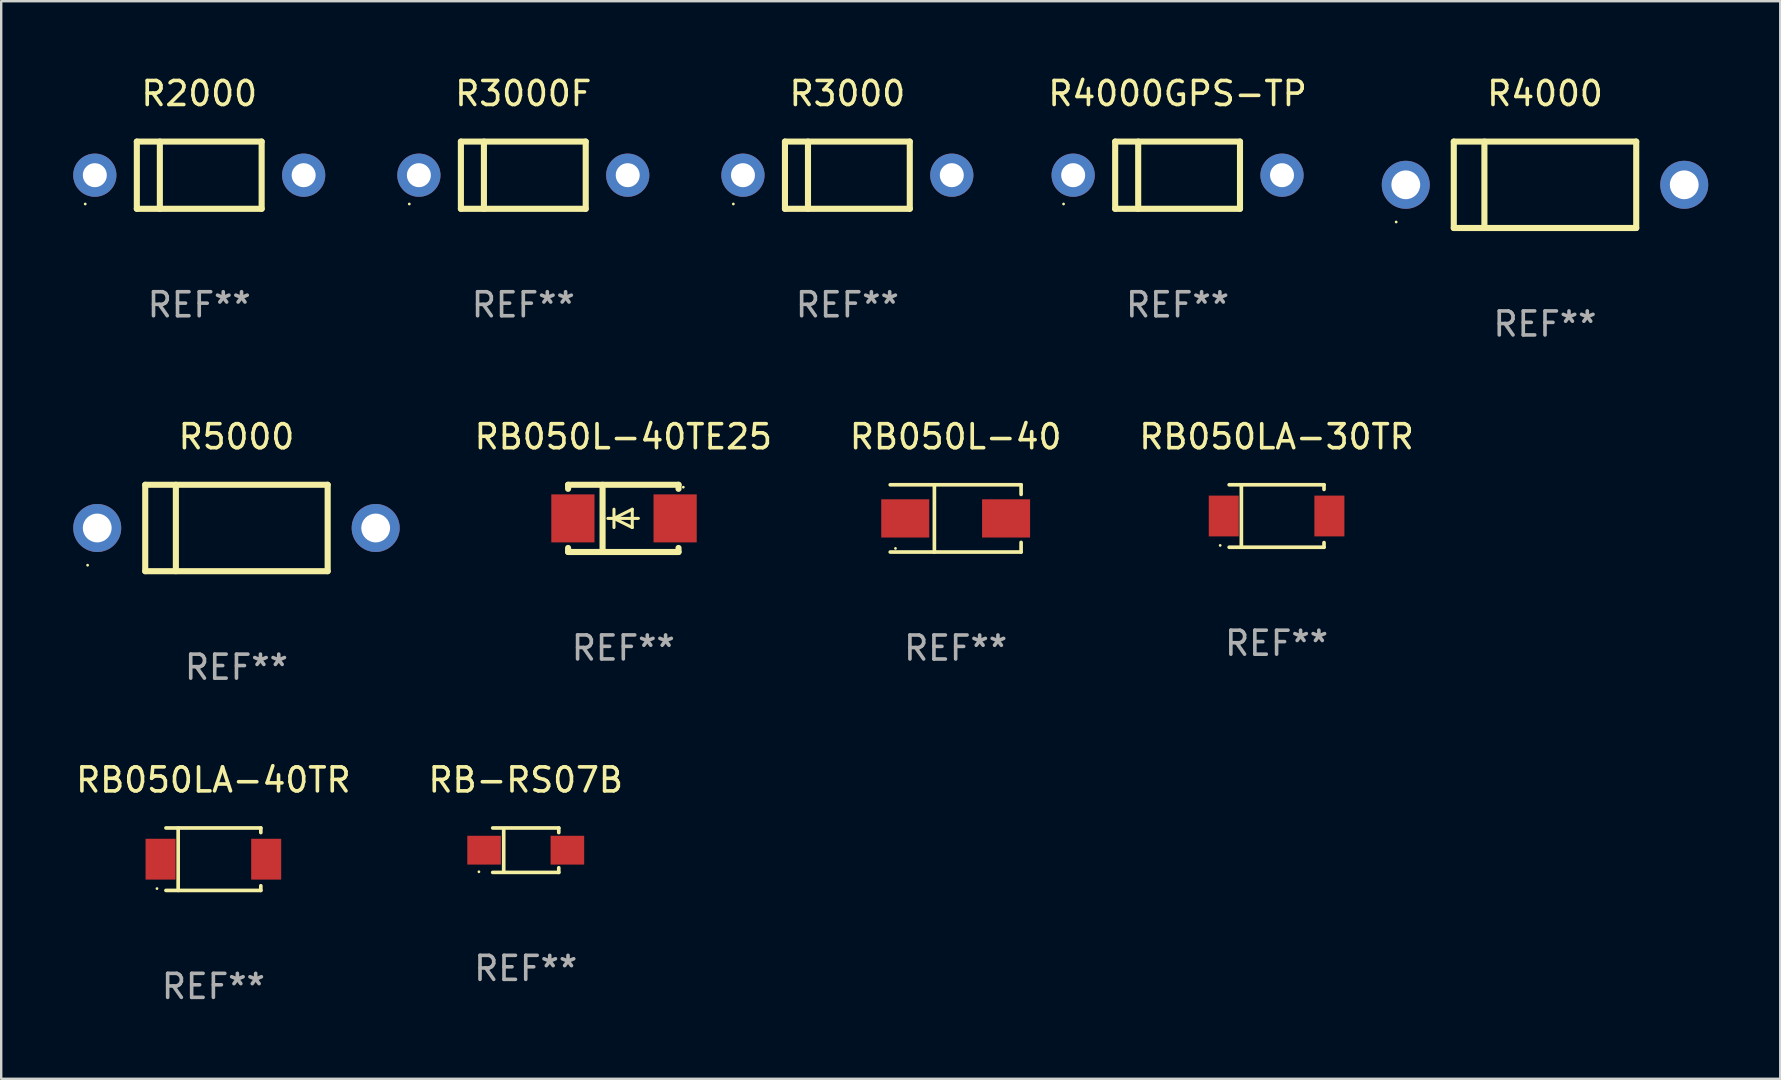
<source format=kicad_pcb>
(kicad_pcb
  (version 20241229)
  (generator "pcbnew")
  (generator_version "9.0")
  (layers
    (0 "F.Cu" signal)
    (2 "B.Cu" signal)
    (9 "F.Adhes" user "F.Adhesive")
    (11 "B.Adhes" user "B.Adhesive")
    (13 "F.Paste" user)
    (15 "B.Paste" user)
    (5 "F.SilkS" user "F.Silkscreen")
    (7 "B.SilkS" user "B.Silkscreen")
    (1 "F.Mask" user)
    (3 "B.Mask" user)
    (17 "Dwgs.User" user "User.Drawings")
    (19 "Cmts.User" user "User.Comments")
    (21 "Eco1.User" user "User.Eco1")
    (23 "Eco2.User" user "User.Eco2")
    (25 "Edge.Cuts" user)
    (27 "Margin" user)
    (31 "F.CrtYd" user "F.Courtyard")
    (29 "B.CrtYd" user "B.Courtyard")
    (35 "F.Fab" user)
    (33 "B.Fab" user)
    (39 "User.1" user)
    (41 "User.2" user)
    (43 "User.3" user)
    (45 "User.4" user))
  (footprint "R3000F"
    (layer "F.Cu")
    (at 18.75 4.248)
    (property "Reference" "R3000F" (at 0 -3.4 0) (layer "F.SilkS") (effects (font (size 1 1) (thickness 0.15))))
    (attr through_hole)
    (fp_line (start -2.6 -1.4) (end -2.6 1.4) (stroke (width 0.254) (type solid)) (layer "F.SilkS"))
    (fp_line (start -2.6 -1.4) (end 2.6 -1.4) (stroke (width 0.254) (type solid)) (layer "F.SilkS"))
    (fp_line (start -2.6 1.4) (end 2.6 1.4) (stroke (width 0.254) (type solid)) (layer "F.SilkS"))
    (fp_line (start -1.641 -1.4) (end -1.641 1.4) (stroke (width 0.254) (type solid)) (layer "F.SilkS"))
    (fp_line (start 2.6 -1.4) (end 2.6 1.4) (stroke (width 0.254) (type solid)) (layer "F.SilkS"))
    (fp_circle (center -4.75 1.2) (end -4.72 1.2) (stroke (width 0.06) (type solid)) (fill no) (layer "F.SilkS"))
    (fp_text user "REF**" (at 0 5.4 0) (layer "F.Fab") (effects (font (size 1 1) (thickness 0.15))))
    (pad "1" thru_hole circle (at -4.35 0) (size 1.8 1.8) (drill 1) (layers "*.Cu" "*.Mask"))
    (pad "2" thru_hole circle (at 4.35 0) (size 1.8 1.8) (drill 1) (layers "*.Cu" "*.Mask")))
  (footprint "RB050L-40"
    (layer "F.Cu")
    (at 36.761 18.546)
    (property "Reference" "RB050L-40" (at 0 -3.401 0) (layer "F.SilkS") (effects (font (size 1 1) (thickness 0.15))))
    (attr through_hole)
    (fp_line (start -2.726 -1.401) (end 2.726 -1.401) (stroke (width 0.152) (type solid)) (layer "F.SilkS"))
    (fp_line (start -2.726 1.401) (end 2.726 1.401) (stroke (width 0.152) (type solid)) (layer "F.SilkS"))
    (fp_line (start -0.886 -1.401) (end -0.886 1.401) (stroke (width 0.152) (type solid)) (layer "F.SilkS"))
    (fp_line (start 2.726 -1.401) (end 2.726 -1) (stroke (width 0.152) (type solid)) (layer "F.SilkS"))
    (fp_line (start 2.726 1.401) (end 2.726 1) (stroke (width 0.152) (type solid)) (layer "F.SilkS"))
    (fp_circle (center -2.507 1.25) (end -2.477 1.25) (stroke (width 0.06) (type solid)) (fill no) (layer "F.SilkS"))
    (fp_text user "REF**" (at 0 5.401 0) (layer "F.Fab") (effects (font (size 1 1) (thickness 0.15))))
    (pad "1" smd rect (at -2.1 0 180) (size 2 1.593) (layers "F.Cu" "F.Mask" "F.Paste"))
    (pad "2" smd rect (at 2.1 0 180) (size 2 1.593) (layers "F.Cu" "F.Mask" "F.Paste")))
  (footprint "RB050LA-40TR"
    (layer "F.Cu")
    (at 5.839 32.742)
    (property "Reference" "RB050LA-40TR" (at 0 -3.301 0) (layer "F.SilkS") (effects (font (size 1 1) (thickness 0.15))))
    (attr through_hole)
    (fp_line (start -1.976 -1.301) (end 1.976 -1.301) (stroke (width 0.152) (type solid)) (layer "F.SilkS"))
    (fp_line (start -1.976 1.301) (end 1.976 1.301) (stroke (width 0.152) (type solid)) (layer "F.SilkS"))
    (fp_line (start -1.467 -1.301) (end -1.467 1.301) (stroke (width 0.152) (type solid)) (layer "F.SilkS"))
    (fp_line (start 1.976 -1.301) (end 1.976 -1.108) (stroke (width 0.152) (type solid)) (layer "F.SilkS"))
    (fp_line (start 1.976 1.301) (end 1.976 1.108) (stroke (width 0.152) (type solid)) (layer "F.SilkS"))
    (fp_circle (center -2.35 1.225) (end -2.32 1.225) (stroke (width 0.06) (type solid)) (fill no) (layer "F.SilkS"))
    (fp_text user "REF**" (at 0 5.301 0) (layer "F.Fab") (effects (font (size 1 1) (thickness 0.15))))
    (pad "1" smd rect (at -2.2 0 180) (size 1.25 1.7) (layers "F.Cu" "F.Mask" "F.Paste"))
    (pad "2" smd rect (at 2.2 0 180) (size 1.25 1.7) (layers "F.Cu" "F.Mask" "F.Paste")))
  (footprint "R2000"
    (layer "F.Cu")
    (at 5.25 4.248)
    (property "Reference" "R2000" (at 0 -3.4 0) (layer "F.SilkS") (effects (font (size 1 1) (thickness 0.15))))
    (attr through_hole)
    (fp_line (start -2.6 -1.4) (end -2.6 1.4) (stroke (width 0.254) (type solid)) (layer "F.SilkS"))
    (fp_line (start -2.6 -1.4) (end 2.6 -1.4) (stroke (width 0.254) (type solid)) (layer "F.SilkS"))
    (fp_line (start -2.6 1.4) (end 2.6 1.4) (stroke (width 0.254) (type solid)) (layer "F.SilkS"))
    (fp_line (start -1.641 -1.4) (end -1.641 1.4) (stroke (width 0.254) (type solid)) (layer "F.SilkS"))
    (fp_line (start 2.6 -1.4) (end 2.6 1.4) (stroke (width 0.254) (type solid)) (layer "F.SilkS"))
    (fp_circle (center -4.75 1.2) (end -4.72 1.2) (stroke (width 0.06) (type solid)) (fill no) (layer "F.SilkS"))
    (fp_text user "REF**" (at 0 5.4 0) (layer "F.Fab") (effects (font (size 1 1) (thickness 0.15))))
    (pad "1" thru_hole circle (at -4.35 0) (size 1.8 1.8) (drill 1) (layers "*.Cu" "*.Mask"))
    (pad "2" thru_hole circle (at 4.35 0) (size 1.8 1.8) (drill 1) (layers "*.Cu" "*.Mask")))
  (footprint "R4000GPS-TP"
    (layer "F.Cu")
    (at 46.006 4.248)
    (property "Reference" "R4000GPS-TP" (at 0 -3.4 0) (layer "F.SilkS") (effects (font (size 1 1) (thickness 0.15))))
    (attr through_hole)
    (fp_line (start -2.6 -1.4) (end -2.6 1.4) (stroke (width 0.254) (type solid)) (layer "F.SilkS"))
    (fp_line (start -2.6 -1.4) (end 2.6 -1.4) (stroke (width 0.254) (type solid)) (layer "F.SilkS"))
    (fp_line (start -2.6 1.4) (end 2.6 1.4) (stroke (width 0.254) (type solid)) (layer "F.SilkS"))
    (fp_line (start -1.641 -1.4) (end -1.641 1.4) (stroke (width 0.254) (type solid)) (layer "F.SilkS"))
    (fp_line (start 2.6 -1.4) (end 2.6 1.4) (stroke (width 0.254) (type solid)) (layer "F.SilkS"))
    (fp_circle (center -4.75 1.2) (end -4.72 1.2) (stroke (width 0.06) (type solid)) (fill no) (layer "F.SilkS"))
    (fp_text user "REF**" (at 0 5.4 0) (layer "F.Fab") (effects (font (size 1 1) (thickness 0.15))))
    (pad "1" thru_hole circle (at -4.35 0) (size 1.8 1.8) (drill 1) (layers "*.Cu" "*.Mask"))
    (pad "2" thru_hole circle (at 4.35 0) (size 1.8 1.8) (drill 1) (layers "*.Cu" "*.Mask")))
  (footprint "RB050LA-30TR"
    (layer "F.Cu")
    (at 50.13 18.446)
    (property "Reference" "RB050LA-30TR" (at 0 -3.301 0) (layer "F.SilkS") (effects (font (size 1 1) (thickness 0.15))))
    (attr through_hole)
    (fp_line (start -1.976 -1.301) (end 1.976 -1.301) (stroke (width 0.152) (type solid)) (layer "F.SilkS"))
    (fp_line (start -1.976 1.301) (end 1.976 1.301) (stroke (width 0.152) (type solid)) (layer "F.SilkS"))
    (fp_line (start -1.467 -1.301) (end -1.467 1.301) (stroke (width 0.152) (type solid)) (layer "F.SilkS"))
    (fp_line (start 1.976 -1.301) (end 1.976 -1.108) (stroke (width 0.152) (type solid)) (layer "F.SilkS"))
    (fp_line (start 1.976 1.301) (end 1.976 1.108) (stroke (width 0.152) (type solid)) (layer "F.SilkS"))
    (fp_circle (center -2.35 1.225) (end -2.32 1.225) (stroke (width 0.06) (type solid)) (fill no) (layer "F.SilkS"))
    (fp_text user "REF**" (at 0 5.301 0) (layer "F.Fab") (effects (font (size 1 1) (thickness 0.15))))
    (pad "1" smd rect (at -2.2 0 180) (size 1.25 1.7) (layers "F.Cu" "F.Mask" "F.Paste"))
    (pad "2" smd rect (at 2.2 0 180) (size 1.25 1.7) (layers "F.Cu" "F.Mask" "F.Paste")))
  (footprint "RB-RS07B"
    (layer "F.Cu")
    (at 18.851 32.367)
    (property "Reference" "RB-RS07B" (at 0 -2.926 0) (layer "F.SilkS") (effects (font (size 1 1) (thickness 0.15))))
    (attr through_hole)
    (fp_line (start -1.376 -0.926) (end 1.376 -0.926) (stroke (width 0.152) (type solid)) (layer "F.SilkS"))
    (fp_line (start -1.376 0.926) (end 1.376 0.926) (stroke (width 0.152) (type solid)) (layer "F.SilkS"))
    (fp_line (start -0.917 -0.876) (end -0.917 0.876) (stroke (width 0.152) (type solid)) (layer "F.SilkS"))
    (fp_line (start 1.376 -0.926) (end 1.376 -0.733) (stroke (width 0.152) (type solid)) (layer "F.SilkS"))
    (fp_line (start 1.376 0.926) (end 1.376 0.733) (stroke (width 0.152) (type solid)) (layer "F.SilkS"))
    (fp_circle (center -1.95 0.9) (end -1.92 0.9) (stroke (width 0.06) (type solid)) (fill no) (layer "F.SilkS"))
    (fp_text user "REF**" (at 0 4.926 0) (layer "F.Fab") (effects (font (size 1 1) (thickness 0.15))))
    (pad "1" smd rect (at -1.735 0) (size 1.4 1.2) (layers "F.Cu" "F.Mask" "F.Paste"))
    (pad "2" smd rect (at 1.735 0) (size 1.4 1.2) (layers "F.Cu" "F.Mask" "F.Paste")))
  (footprint "R5000"
    (layer "F.Cu")
    (at 6.8 18.945)
    (property "Reference" "R5000" (at 0 -3.8 0) (layer "F.SilkS") (effects (font (size 1 1) (thickness 0.15))))
    (attr through_hole)
    (fp_line (start -3.8 -1.8) (end -3.8 1.8) (stroke (width 0.254) (type solid)) (layer "F.SilkS"))
    (fp_line (start -3.8 -1.8) (end 3.8 -1.8) (stroke (width 0.254) (type solid)) (layer "F.SilkS"))
    (fp_line (start -3.8 1.8) (end 3.8 1.8) (stroke (width 0.254) (type solid)) (layer "F.SilkS"))
    (fp_line (start -2.524 -1.8) (end -2.524 1.8) (stroke (width 0.254) (type solid)) (layer "F.SilkS"))
    (fp_line (start 3.8 -1.8) (end 3.8 1.8) (stroke (width 0.254) (type solid)) (layer "F.SilkS"))
    (fp_circle (center -6.2 1.55) (end -6.17 1.55) (stroke (width 0.06) (type solid)) (fill no) (layer "F.SilkS"))
    (fp_text user "REF**" (at 0 5.8 0) (layer "F.Fab") (effects (font (size 1 1) (thickness 0.15))))
    (pad "1" thru_hole circle (at -5.8 0) (size 2 2) (drill 1.2) (layers "*.Cu" "*.Mask"))
    (pad "2" thru_hole circle (at 5.8 0) (size 2 2) (drill 1.2) (layers "*.Cu" "*.Mask")))
  (footprint "RB050L-40TE25"
    (layer "F.Cu")
    (at 22.916 18.545)
    (property "Reference" "RB050L-40TE25" (at 0 -3.4 0) (layer "F.SilkS") (effects (font (size 1 1) (thickness 0.15))))
    (attr through_hole)
    (fp_line (start -2.3 -1.4) (end -2.3 -1.231) (stroke (width 0.254) (type solid)) (layer "F.SilkS"))
    (fp_line (start -2.3 -1.4) (end 2.3 -1.4) (stroke (width 0.254) (type solid)) (layer "F.SilkS"))
    (fp_line (start -2.3 1.231) (end -2.3 1.4) (stroke (width 0.254) (type solid)) (layer "F.SilkS"))
    (fp_line (start -2.3 1.4) (end 2.3 1.4) (stroke (width 0.254) (type solid)) (layer "F.SilkS"))
    (fp_line (start -0.864 1.4) (end -0.864 -1.4) (stroke (width 0.254) (type solid)) (layer "F.SilkS"))
    (fp_line (start -0.389 0) (end -0.389 -0.381) (stroke (width 0.127) (type solid)) (layer "F.SilkS"))
    (fp_line (start -0.389 0) (end -0.389 0.381) (stroke (width 0.127) (type solid)) (layer "F.SilkS"))
    (fp_line (start 0.373 -0.381) (end -0.389 0) (stroke (width 0.127) (type solid)) (layer "F.SilkS"))
    (fp_line (start 0.373 0) (end 0.373 -0.381) (stroke (width 0.127) (type solid)) (layer "F.SilkS"))
    (fp_line (start 0.373 0) (end 0.373 0.381) (stroke (width 0.127) (type solid)) (layer "F.SilkS"))
    (fp_line (start 0.373 0.381) (end -0.389 0) (stroke (width 0.127) (type solid)) (layer "F.SilkS"))
    (fp_line (start 0.627 0) (end -0.643 0) (stroke (width 0.127) (type solid)) (layer "F.SilkS"))
    (fp_line (start 2.3 -1.4) (end 2.3 -1.231) (stroke (width 0.254) (type solid)) (layer "F.SilkS"))
    (fp_line (start 2.3 1.231) (end 2.3 1.4) (stroke (width 0.254) (type solid)) (layer "F.SilkS"))
    (fp_circle (center 2.5 -1.3) (end 2.53 -1.3) (stroke (width 0.06) (type solid)) (fill no) (layer "F.SilkS"))
    (fp_text user "REF**" (at 0 5.4 0) (layer "F.Fab") (effects (font (size 1 1) (thickness 0.15))))
    (pad "1" smd rect (at 2.159 0 180) (size 1.8 2) (layers "F.Cu" "F.Mask" "F.Paste"))
    (pad "2" smd rect (at -2.1 0 180) (size 1.8 2) (layers "F.Cu" "F.Mask" "F.Paste")))
  (footprint "R4000"
    (layer "F.Cu")
    (at 61.312 4.648)
    (property "Reference" "R4000" (at 0 -3.8 0) (layer "F.SilkS") (effects (font (size 1 1) (thickness 0.15))))
    (attr through_hole)
    (fp_line (start -3.8 -1.8) (end -3.8 1.8) (stroke (width 0.254) (type solid)) (layer "F.SilkS"))
    (fp_line (start -3.8 -1.8) (end 3.8 -1.8) (stroke (width 0.254) (type solid)) (layer "F.SilkS"))
    (fp_line (start -3.8 1.8) (end 3.8 1.8) (stroke (width 0.254) (type solid)) (layer "F.SilkS"))
    (fp_line (start -2.524 -1.8) (end -2.524 1.8) (stroke (width 0.254) (type solid)) (layer "F.SilkS"))
    (fp_line (start 3.8 -1.8) (end 3.8 1.8) (stroke (width 0.254) (type solid)) (layer "F.SilkS"))
    (fp_circle (center -6.2 1.55) (end -6.17 1.55) (stroke (width 0.06) (type solid)) (fill no) (layer "F.SilkS"))
    (fp_text user "REF**" (at 0 5.8 0) (layer "F.Fab") (effects (font (size 1 1) (thickness 0.15))))
    (pad "1" thru_hole circle (at -5.8 0) (size 2 2) (drill 1.2) (layers "*.Cu" "*.Mask"))
    (pad "2" thru_hole circle (at 5.8 0) (size 2 2) (drill 1.2) (layers "*.Cu" "*.Mask")))
  (footprint "R3000"
    (layer "F.Cu")
    (at 32.25 4.248)
    (property "Reference" "R3000" (at 0 -3.4 0) (layer "F.SilkS") (effects (font (size 1 1) (thickness 0.15))))
    (attr through_hole)
    (fp_line (start -2.6 -1.4) (end -2.6 1.4) (stroke (width 0.254) (type solid)) (layer "F.SilkS"))
    (fp_line (start -2.6 -1.4) (end 2.6 -1.4) (stroke (width 0.254) (type solid)) (layer "F.SilkS"))
    (fp_line (start -2.6 1.4) (end 2.6 1.4) (stroke (width 0.254) (type solid)) (layer "F.SilkS"))
    (fp_line (start -1.641 -1.4) (end -1.641 1.4) (stroke (width 0.254) (type solid)) (layer "F.SilkS"))
    (fp_line (start 2.6 -1.4) (end 2.6 1.4) (stroke (width 0.254) (type solid)) (layer "F.SilkS"))
    (fp_circle (center -4.75 1.2) (end -4.72 1.2) (stroke (width 0.06) (type solid)) (fill no) (layer "F.SilkS"))
    (fp_text user "REF**" (at 0 5.4 0) (layer "F.Fab") (effects (font (size 1 1) (thickness 0.15))))
    (pad "1" thru_hole circle (at -4.35 0) (size 1.8 1.8) (drill 1) (layers "*.Cu" "*.Mask"))
    (pad "2" thru_hole circle (at 4.35 0) (size 1.8 1.8) (drill 1) (layers "*.Cu" "*.Mask")))
  (gr_rect
    (start -3 -3)
    (end 71.112 41.892)
    (stroke (width 0.1) (type default))
    (fill no)
    (layer "Edge.Cuts")))
</source>
